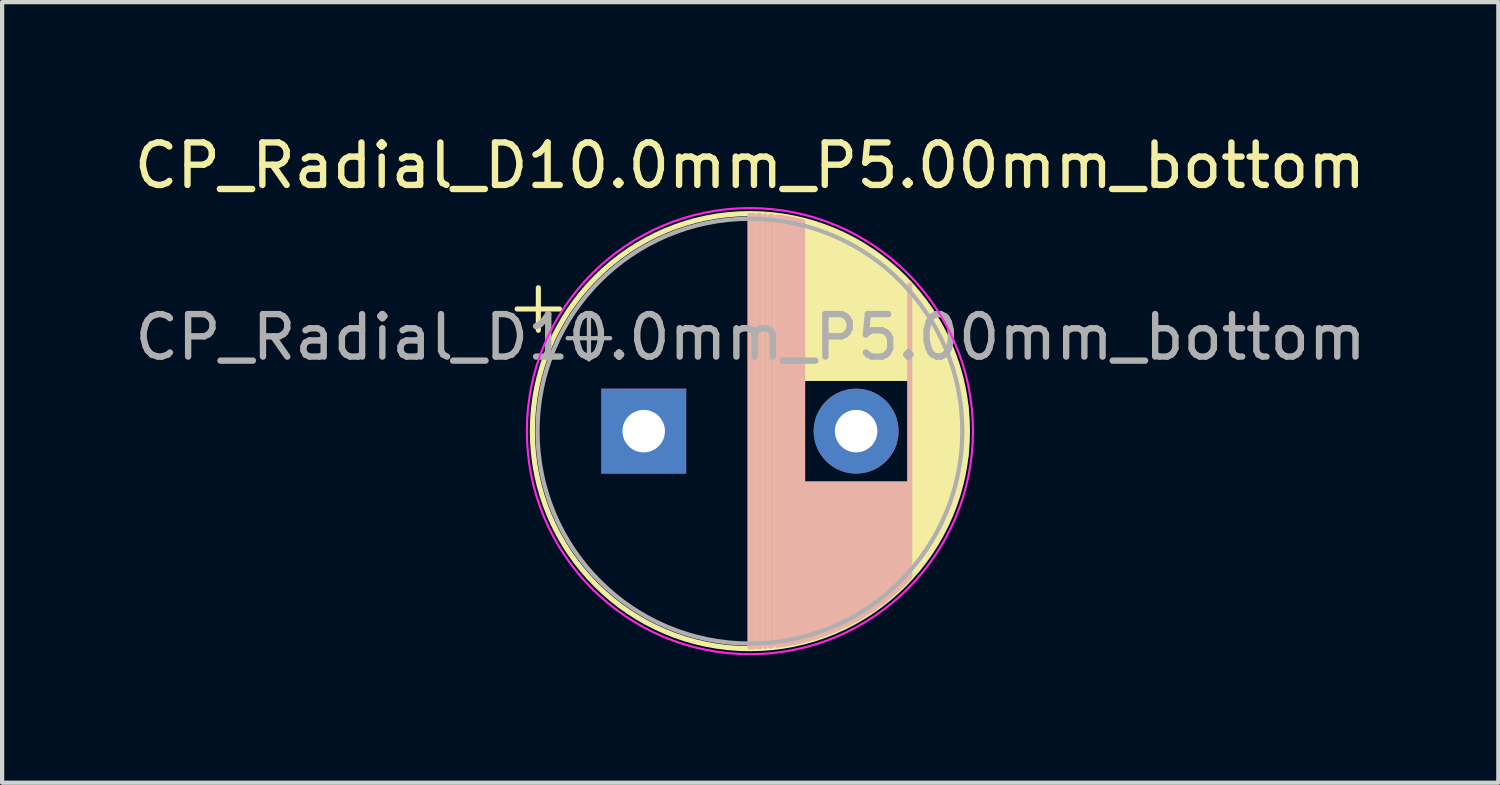
<source format=kicad_pcb>
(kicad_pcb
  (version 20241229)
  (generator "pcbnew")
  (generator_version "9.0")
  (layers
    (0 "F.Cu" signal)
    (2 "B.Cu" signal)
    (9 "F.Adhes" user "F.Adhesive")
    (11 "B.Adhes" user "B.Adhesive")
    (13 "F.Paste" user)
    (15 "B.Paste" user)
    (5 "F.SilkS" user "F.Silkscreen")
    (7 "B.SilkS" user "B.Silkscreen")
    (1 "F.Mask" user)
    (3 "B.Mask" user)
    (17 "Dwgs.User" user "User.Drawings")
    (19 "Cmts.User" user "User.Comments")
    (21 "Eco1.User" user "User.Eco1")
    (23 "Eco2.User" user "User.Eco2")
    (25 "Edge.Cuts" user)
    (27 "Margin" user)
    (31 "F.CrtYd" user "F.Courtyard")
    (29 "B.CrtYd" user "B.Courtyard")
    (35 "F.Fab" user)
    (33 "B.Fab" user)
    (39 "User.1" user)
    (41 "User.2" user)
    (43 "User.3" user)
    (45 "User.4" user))
  (footprint "CP_Radial_D10.0mm_P5.00mm_bottom"
    (layer "F.Cu")
    (at 12.101 7.098)
    (property "Reference" "CP_Radial_D10.0mm_P5.00mm_bottom" (at 2.5 -6.25 0) (layer "F.SilkS") (effects (font (size 1 1) (thickness 0.15))))
    (attr through_hole)
    (fp_line (start -2.98 -2.875) (end -1.98 -2.875) (stroke (width 0.12) (type solid)) (layer "F.SilkS"))
    (fp_line (start -2.48 -3.375) (end -2.48 -2.375) (stroke (width 0.12) (type solid)) (layer "F.SilkS"))
    (fp_line (start 2.54 -5.08) (end 2.54 5.08) (stroke (width 0.12) (type solid)) (layer "F.SilkS"))
    (fp_line (start 2.62 -5.079) (end 2.62 5.079) (stroke (width 0.12) (type solid)) (layer "F.SilkS"))
    (fp_line (start 2.66 -5.078) (end 2.66 5.078) (stroke (width 0.12) (type solid)) (layer "F.SilkS"))
    (fp_line (start 2.78 -5.073) (end 2.78 5.073) (stroke (width 0.12) (type solid)) (layer "F.SilkS"))
    (fp_line (start 2.82 -5.07) (end 2.82 5.07) (stroke (width 0.12) (type solid)) (layer "F.SilkS"))
    (fp_line (start 2.9 -5.065) (end 2.9 5.065) (stroke (width 0.12) (type solid)) (layer "F.SilkS"))
    (fp_line (start 2.94 -5.062) (end 2.94 5.062) (stroke (width 0.12) (type solid)) (layer "F.SilkS"))
    (fp_line (start 3.06 -5.05) (end 3.06 5.05) (stroke (width 0.12) (type solid)) (layer "F.SilkS"))
    (fp_line (start 3.1 -5.045) (end 3.1 5.045) (stroke (width 0.12) (type solid)) (layer "F.SilkS"))
    (fp_line (start 3.781 -4.918) (end 3.781 -1.241) (stroke (width 0.12) (type solid)) (layer "F.SilkS"))
    (fp_line (start 3.821 -4.907) (end 3.821 -1.241) (stroke (width 0.12) (type solid)) (layer "F.SilkS"))
    (fp_line (start 3.861 -4.897) (end 3.861 -1.241) (stroke (width 0.12) (type solid)) (layer "F.SilkS"))
    (fp_line (start 3.901 -4.885) (end 3.901 -1.241) (stroke (width 0.12) (type solid)) (layer "F.SilkS"))
    (fp_line (start 3.941 -4.874) (end 3.941 -1.241) (stroke (width 0.12) (type solid)) (layer "F.SilkS"))
    (fp_line (start 3.981 -4.862) (end 3.981 -1.241) (stroke (width 0.12) (type solid)) (layer "F.SilkS"))
    (fp_line (start 4.021 -4.85) (end 4.021 -1.241) (stroke (width 0.12) (type solid)) (layer "F.SilkS"))
    (fp_line (start 4.061 -4.837) (end 4.061 -1.241) (stroke (width 0.12) (type solid)) (layer "F.SilkS"))
    (fp_line (start 4.101 -4.824) (end 4.101 -1.241) (stroke (width 0.12) (type solid)) (layer "F.SilkS"))
    (fp_line (start 4.141 -4.811) (end 4.141 -1.241) (stroke (width 0.12) (type solid)) (layer "F.SilkS"))
    (fp_line (start 4.181 -4.797) (end 4.181 -1.241) (stroke (width 0.12) (type solid)) (layer "F.SilkS"))
    (fp_line (start 4.221 -4.783) (end 4.221 -1.241) (stroke (width 0.12) (type solid)) (layer "F.SilkS"))
    (fp_line (start 4.261 -4.768) (end 4.261 -1.241) (stroke (width 0.12) (type solid)) (layer "F.SilkS"))
    (fp_line (start 4.301 -4.754) (end 4.301 -1.241) (stroke (width 0.12) (type solid)) (layer "F.SilkS"))
    (fp_line (start 4.341 -4.738) (end 4.341 -1.241) (stroke (width 0.12) (type solid)) (layer "F.SilkS"))
    (fp_line (start 4.381 -4.723) (end 4.381 -1.241) (stroke (width 0.12) (type solid)) (layer "F.SilkS"))
    (fp_line (start 4.421 -4.707) (end 4.421 -1.241) (stroke (width 0.12) (type solid)) (layer "F.SilkS"))
    (fp_line (start 4.461 -4.69) (end 4.461 -1.241) (stroke (width 0.12) (type solid)) (layer "F.SilkS"))
    (fp_line (start 4.501 -4.674) (end 4.501 -1.241) (stroke (width 0.12) (type solid)) (layer "F.SilkS"))
    (fp_line (start 4.541 -4.657) (end 4.541 -1.241) (stroke (width 0.12) (type solid)) (layer "F.SilkS"))
    (fp_line (start 4.581 -4.639) (end 4.581 -1.241) (stroke (width 0.12) (type solid)) (layer "F.SilkS"))
    (fp_line (start 4.621 -4.621) (end 4.621 -1.241) (stroke (width 0.12) (type solid)) (layer "F.SilkS"))
    (fp_line (start 4.661 -4.603) (end 4.661 -1.241) (stroke (width 0.12) (type solid)) (layer "F.SilkS"))
    (fp_line (start 4.701 -4.584) (end 4.701 -1.241) (stroke (width 0.12) (type solid)) (layer "F.SilkS"))
    (fp_line (start 4.741 -4.564) (end 4.741 -1.241) (stroke (width 0.12) (type solid)) (layer "F.SilkS"))
    (fp_line (start 4.781 -4.545) (end 4.781 -1.241) (stroke (width 0.12) (type solid)) (layer "F.SilkS"))
    (fp_line (start 4.821 -4.525) (end 4.821 -1.241) (stroke (width 0.12) (type solid)) (layer "F.SilkS"))
    (fp_line (start 4.861 -4.504) (end 4.861 -1.241) (stroke (width 0.12) (type solid)) (layer "F.SilkS"))
    (fp_line (start 4.901 -4.483) (end 4.901 -1.241) (stroke (width 0.12) (type solid)) (layer "F.SilkS"))
    (fp_line (start 4.941 -4.462) (end 4.941 -1.241) (stroke (width 0.12) (type solid)) (layer "F.SilkS"))
    (fp_line (start 4.981 -4.44) (end 4.981 -1.241) (stroke (width 0.12) (type solid)) (layer "F.SilkS"))
    (fp_line (start 5.021 -4.417) (end 5.021 -1.241) (stroke (width 0.12) (type solid)) (layer "F.SilkS"))
    (fp_line (start 5.061 -4.395) (end 5.061 -1.241) (stroke (width 0.12) (type solid)) (layer "F.SilkS"))
    (fp_line (start 5.101 -4.371) (end 5.101 -1.241) (stroke (width 0.12) (type solid)) (layer "F.SilkS"))
    (fp_line (start 5.141 -4.347) (end 5.141 -1.241) (stroke (width 0.12) (type solid)) (layer "F.SilkS"))
    (fp_line (start 5.181 -4.323) (end 5.181 -1.241) (stroke (width 0.12) (type solid)) (layer "F.SilkS"))
    (fp_line (start 5.221 -4.298) (end 5.221 -1.241) (stroke (width 0.12) (type solid)) (layer "F.SilkS"))
    (fp_line (start 5.261 -4.273) (end 5.261 -1.241) (stroke (width 0.12) (type solid)) (layer "F.SilkS"))
    (fp_line (start 5.301 -4.247) (end 5.301 -1.241) (stroke (width 0.12) (type solid)) (layer "F.SilkS"))
    (fp_line (start 5.341 -4.221) (end 5.341 -1.241) (stroke (width 0.12) (type solid)) (layer "F.SilkS"))
    (fp_line (start 5.381 -4.194) (end 5.381 -1.241) (stroke (width 0.12) (type solid)) (layer "F.SilkS"))
    (fp_line (start 5.421 -4.166) (end 5.421 -1.241) (stroke (width 0.12) (type solid)) (layer "F.SilkS"))
    (fp_line (start 5.461 -4.138) (end 5.461 -1.241) (stroke (width 0.12) (type solid)) (layer "F.SilkS"))
    (fp_line (start 5.501 -4.11) (end 5.501 -1.241) (stroke (width 0.12) (type solid)) (layer "F.SilkS"))
    (fp_line (start 5.541 -4.08) (end 5.541 -1.241) (stroke (width 0.12) (type solid)) (layer "F.SilkS"))
    (fp_line (start 5.581 -4.05) (end 5.581 -1.241) (stroke (width 0.12) (type solid)) (layer "F.SilkS"))
    (fp_line (start 5.621 -4.02) (end 5.621 -1.241) (stroke (width 0.12) (type solid)) (layer "F.SilkS"))
    (fp_line (start 5.661 -3.989) (end 5.661 -1.241) (stroke (width 0.12) (type solid)) (layer "F.SilkS"))
    (fp_line (start 5.701 -3.957) (end 5.701 -1.241) (stroke (width 0.12) (type solid)) (layer "F.SilkS"))
    (fp_line (start 5.741 -3.925) (end 5.741 -1.241) (stroke (width 0.12) (type solid)) (layer "F.SilkS"))
    (fp_line (start 5.781 -3.892) (end 5.781 -1.241) (stroke (width 0.12) (type solid)) (layer "F.SilkS"))
    (fp_line (start 5.821 -3.858) (end 5.821 -1.241) (stroke (width 0.12) (type solid)) (layer "F.SilkS"))
    (fp_line (start 5.861 -3.824) (end 5.861 -1.241) (stroke (width 0.12) (type solid)) (layer "F.SilkS"))
    (fp_line (start 5.901 -3.789) (end 5.901 -1.241) (stroke (width 0.12) (type solid)) (layer "F.SilkS"))
    (fp_line (start 5.941 -3.753) (end 5.941 -1.241) (stroke (width 0.12) (type solid)) (layer "F.SilkS"))
    (fp_line (start 5.981 -3.716) (end 5.981 -1.241) (stroke (width 0.12) (type solid)) (layer "F.SilkS"))
    (fp_line (start 6.021 -3.679) (end 6.021 -1.241) (stroke (width 0.12) (type solid)) (layer "F.SilkS"))
    (fp_line (start 6.061 -3.64) (end 6.061 -1.241) (stroke (width 0.12) (type solid)) (layer "F.SilkS"))
    (fp_line (start 6.101 -3.601) (end 6.101 -1.241) (stroke (width 0.12) (type solid)) (layer "F.SilkS"))
    (fp_line (start 6.141 -3.561) (end 6.141 -1.241) (stroke (width 0.12) (type solid)) (layer "F.SilkS"))
    (fp_line (start 6.181 -3.52) (end 6.181 -1.241) (stroke (width 0.12) (type solid)) (layer "F.SilkS"))
    (fp_line (start 6.221 -3.478) (end 6.221 -1.241) (stroke (width 0.12) (type solid)) (layer "F.SilkS"))
    (fp_line (start 6.301 -3.392) (end 6.301 3.392) (stroke (width 0.12) (type solid)) (layer "F.SilkS"))
    (fp_line (start 6.341 -3.347) (end 6.341 3.347) (stroke (width 0.12) (type solid)) (layer "F.SilkS"))
    (fp_line (start 6.381 -3.301) (end 6.381 3.301) (stroke (width 0.12) (type solid)) (layer "F.SilkS"))
    (fp_line (start 6.421 -3.254) (end 6.421 3.254) (stroke (width 0.12) (type solid)) (layer "F.SilkS"))
    (fp_line (start 6.461 -3.206) (end 6.461 3.206) (stroke (width 0.12) (type solid)) (layer "F.SilkS"))
    (fp_line (start 6.501 -3.156) (end 6.501 3.156) (stroke (width 0.12) (type solid)) (layer "F.SilkS"))
    (fp_line (start 6.541 -3.106) (end 6.541 3.106) (stroke (width 0.12) (type solid)) (layer "F.SilkS"))
    (fp_line (start 6.581 -3.054) (end 6.581 3.054) (stroke (width 0.12) (type solid)) (layer "F.SilkS"))
    (fp_line (start 6.621 -3) (end 6.621 3) (stroke (width 0.12) (type solid)) (layer "F.SilkS"))
    (fp_line (start 6.661 -2.945) (end 6.661 2.945) (stroke (width 0.12) (type solid)) (layer "F.SilkS"))
    (fp_line (start 6.701 -2.889) (end 6.701 2.889) (stroke (width 0.12) (type solid)) (layer "F.SilkS"))
    (fp_line (start 6.741 -2.83) (end 6.741 2.83) (stroke (width 0.12) (type solid)) (layer "F.SilkS"))
    (fp_line (start 6.781 -2.77) (end 6.781 2.77) (stroke (width 0.12) (type solid)) (layer "F.SilkS"))
    (fp_line (start 6.821 -2.709) (end 6.821 2.709) (stroke (width 0.12) (type solid)) (layer "F.SilkS"))
    (fp_line (start 6.861 -2.645) (end 6.861 2.645) (stroke (width 0.12) (type solid)) (layer "F.SilkS"))
    (fp_line (start 6.901 -2.579) (end 6.901 2.579) (stroke (width 0.12) (type solid)) (layer "F.SilkS"))
    (fp_line (start 6.941 -2.51) (end 6.941 2.51) (stroke (width 0.12) (type solid)) (layer "F.SilkS"))
    (fp_line (start 6.981 -2.439) (end 6.981 2.439) (stroke (width 0.12) (type solid)) (layer "F.SilkS"))
    (fp_line (start 7.021 -2.365) (end 7.021 2.365) (stroke (width 0.12) (type solid)) (layer "F.SilkS"))
    (fp_line (start 7.061 -2.289) (end 7.061 2.289) (stroke (width 0.12) (type solid)) (layer "F.SilkS"))
    (fp_line (start 7.101 -2.209) (end 7.101 2.209) (stroke (width 0.12) (type solid)) (layer "F.SilkS"))
    (fp_line (start 7.141 -2.125) (end 7.141 2.125) (stroke (width 0.12) (type solid)) (layer "F.SilkS"))
    (fp_line (start 7.181 -2.037) (end 7.181 2.037) (stroke (width 0.12) (type solid)) (layer "F.SilkS"))
    (fp_line (start 7.221 -1.944) (end 7.221 1.944) (stroke (width 0.12) (type solid)) (layer "F.SilkS"))
    (fp_line (start 7.261 -1.846) (end 7.261 1.846) (stroke (width 0.12) (type solid)) (layer "F.SilkS"))
    (fp_line (start 7.301 -1.742) (end 7.301 1.742) (stroke (width 0.12) (type solid)) (layer "F.SilkS"))
    (fp_line (start 7.341 -1.63) (end 7.341 1.63) (stroke (width 0.12) (type solid)) (layer "F.SilkS"))
    (fp_line (start 7.381 -1.51) (end 7.381 1.51) (stroke (width 0.12) (type solid)) (layer "F.SilkS"))
    (fp_line (start 7.421 -1.378) (end 7.421 1.378) (stroke (width 0.12) (type solid)) (layer "F.SilkS"))
    (fp_line (start 7.461 -1.23) (end 7.461 1.23) (stroke (width 0.12) (type solid)) (layer "F.SilkS"))
    (fp_line (start 7.501 -1.062) (end 7.501 1.062) (stroke (width 0.12) (type solid)) (layer "F.SilkS"))
    (fp_line (start 7.541 -0.862) (end 7.541 0.862) (stroke (width 0.12) (type solid)) (layer "F.SilkS"))
    (fp_line (start 7.581 -0.599) (end 7.581 0.599) (stroke (width 0.12) (type solid)) (layer "F.SilkS"))
    (fp_circle (center 2.5 0) (end 7.62 0) (stroke (width 0.12) (type solid)) (fill no) (layer "F.SilkS"))
    (fp_line (start 2.5 -5.08) (end 2.5 5.08) (stroke (width 0.12) (type solid)) (layer "B.SilkS"))
    (fp_line (start 2.58 -5.08) (end 2.58 5.08) (stroke (width 0.12) (type solid)) (layer "B.SilkS"))
    (fp_line (start 2.7 -5.077) (end 2.7 5.077) (stroke (width 0.12) (type solid)) (layer "B.SilkS"))
    (fp_line (start 2.74 -5.075) (end 2.74 5.075) (stroke (width 0.12) (type solid)) (layer "B.SilkS"))
    (fp_line (start 2.86 -5.068) (end 2.86 5.068) (stroke (width 0.12) (type solid)) (layer "B.SilkS"))
    (fp_line (start 2.98 -5.058) (end 2.98 5.058) (stroke (width 0.12) (type solid)) (layer "B.SilkS"))
    (fp_line (start 3.02 -5.054) (end 3.02 5.054) (stroke (width 0.12) (type solid)) (layer "B.SilkS"))
    (fp_line (start 3.14 -5.04) (end 3.14 5.04) (stroke (width 0.12) (type solid)) (layer "B.SilkS"))
    (fp_line (start 3.18 -5.035) (end 3.18 5.035) (stroke (width 0.12) (type solid)) (layer "B.SilkS"))
    (fp_line (start 3.221 -5.03) (end 3.221 5.03) (stroke (width 0.12) (type solid)) (layer "B.SilkS"))
    (fp_line (start 3.261 -5.024) (end 3.261 5.024) (stroke (width 0.12) (type solid)) (layer "B.SilkS"))
    (fp_line (start 3.301 -5.018) (end 3.301 5.018) (stroke (width 0.12) (type solid)) (layer "B.SilkS"))
    (fp_line (start 3.341 -5.011) (end 3.341 5.011) (stroke (width 0.12) (type solid)) (layer "B.SilkS"))
    (fp_line (start 3.381 -5.004) (end 3.381 5.004) (stroke (width 0.12) (type solid)) (layer "B.SilkS"))
    (fp_line (start 3.421 -4.997) (end 3.421 4.997) (stroke (width 0.12) (type solid)) (layer "B.SilkS"))
    (fp_line (start 3.461 -4.99) (end 3.461 4.99) (stroke (width 0.12) (type solid)) (layer "B.SilkS"))
    (fp_line (start 3.501 -4.982) (end 3.501 4.982) (stroke (width 0.12) (type solid)) (layer "B.SilkS"))
    (fp_line (start 3.541 -4.974) (end 3.541 4.974) (stroke (width 0.12) (type solid)) (layer "B.SilkS"))
    (fp_line (start 3.581 -4.965) (end 3.581 4.965) (stroke (width 0.12) (type solid)) (layer "B.SilkS"))
    (fp_line (start 3.621 -4.956) (end 3.621 4.956) (stroke (width 0.12) (type solid)) (layer "B.SilkS"))
    (fp_line (start 3.661 -4.947) (end 3.661 4.947) (stroke (width 0.12) (type solid)) (layer "B.SilkS"))
    (fp_line (start 3.701 -4.938) (end 3.701 4.938) (stroke (width 0.12) (type solid)) (layer "B.SilkS"))
    (fp_line (start 3.741 -4.928) (end 3.741 4.928) (stroke (width 0.12) (type solid)) (layer "B.SilkS"))
    (fp_line (start 3.781 1.241) (end 3.781 4.918) (stroke (width 0.12) (type solid)) (layer "B.SilkS"))
    (fp_line (start 3.821 1.241) (end 3.821 4.907) (stroke (width 0.12) (type solid)) (layer "B.SilkS"))
    (fp_line (start 3.861 1.241) (end 3.861 4.897) (stroke (width 0.12) (type solid)) (layer "B.SilkS"))
    (fp_line (start 3.901 1.241) (end 3.901 4.885) (stroke (width 0.12) (type solid)) (layer "B.SilkS"))
    (fp_line (start 3.941 1.241) (end 3.941 4.874) (stroke (width 0.12) (type solid)) (layer "B.SilkS"))
    (fp_line (start 3.981 1.241) (end 3.981 4.862) (stroke (width 0.12) (type solid)) (layer "B.SilkS"))
    (fp_line (start 4.021 1.241) (end 4.021 4.85) (stroke (width 0.12) (type solid)) (layer "B.SilkS"))
    (fp_line (start 4.061 1.241) (end 4.061 4.837) (stroke (width 0.12) (type solid)) (layer "B.SilkS"))
    (fp_line (start 4.101 1.241) (end 4.101 4.824) (stroke (width 0.12) (type solid)) (layer "B.SilkS"))
    (fp_line (start 4.141 1.241) (end 4.141 4.811) (stroke (width 0.12) (type solid)) (layer "B.SilkS"))
    (fp_line (start 4.181 1.241) (end 4.181 4.797) (stroke (width 0.12) (type solid)) (layer "B.SilkS"))
    (fp_line (start 4.221 1.241) (end 4.221 4.783) (stroke (width 0.12) (type solid)) (layer "B.SilkS"))
    (fp_line (start 4.261 1.241) (end 4.261 4.768) (stroke (width 0.12) (type solid)) (layer "B.SilkS"))
    (fp_line (start 4.301 1.241) (end 4.301 4.754) (stroke (width 0.12) (type solid)) (layer "B.SilkS"))
    (fp_line (start 4.341 1.241) (end 4.341 4.738) (stroke (width 0.12) (type solid)) (layer "B.SilkS"))
    (fp_line (start 4.381 1.241) (end 4.381 4.723) (stroke (width 0.12) (type solid)) (layer "B.SilkS"))
    (fp_line (start 4.421 1.241) (end 4.421 4.707) (stroke (width 0.12) (type solid)) (layer "B.SilkS"))
    (fp_line (start 4.461 1.241) (end 4.461 4.69) (stroke (width 0.12) (type solid)) (layer "B.SilkS"))
    (fp_line (start 4.501 1.241) (end 4.501 4.674) (stroke (width 0.12) (type solid)) (layer "B.SilkS"))
    (fp_line (start 4.541 1.241) (end 4.541 4.657) (stroke (width 0.12) (type solid)) (layer "B.SilkS"))
    (fp_line (start 4.581 1.241) (end 4.581 4.639) (stroke (width 0.12) (type solid)) (layer "B.SilkS"))
    (fp_line (start 4.621 1.241) (end 4.621 4.621) (stroke (width 0.12) (type solid)) (layer "B.SilkS"))
    (fp_line (start 4.661 1.241) (end 4.661 4.603) (stroke (width 0.12) (type solid)) (layer "B.SilkS"))
    (fp_line (start 4.701 1.241) (end 4.701 4.584) (stroke (width 0.12) (type solid)) (layer "B.SilkS"))
    (fp_line (start 4.741 1.241) (end 4.741 4.564) (stroke (width 0.12) (type solid)) (layer "B.SilkS"))
    (fp_line (start 4.781 1.241) (end 4.781 4.545) (stroke (width 0.12) (type solid)) (layer "B.SilkS"))
    (fp_line (start 4.821 1.241) (end 4.821 4.525) (stroke (width 0.12) (type solid)) (layer "B.SilkS"))
    (fp_line (start 4.861 1.241) (end 4.861 4.504) (stroke (width 0.12) (type solid)) (layer "B.SilkS"))
    (fp_line (start 4.901 1.241) (end 4.901 4.483) (stroke (width 0.12) (type solid)) (layer "B.SilkS"))
    (fp_line (start 4.941 1.241) (end 4.941 4.462) (stroke (width 0.12) (type solid)) (layer "B.SilkS"))
    (fp_line (start 4.981 1.241) (end 4.981 4.44) (stroke (width 0.12) (type solid)) (layer "B.SilkS"))
    (fp_line (start 5.021 1.241) (end 5.021 4.417) (stroke (width 0.12) (type solid)) (layer "B.SilkS"))
    (fp_line (start 5.061 1.241) (end 5.061 4.395) (stroke (width 0.12) (type solid)) (layer "B.SilkS"))
    (fp_line (start 5.101 1.241) (end 5.101 4.371) (stroke (width 0.12) (type solid)) (layer "B.SilkS"))
    (fp_line (start 5.141 1.241) (end 5.141 4.347) (stroke (width 0.12) (type solid)) (layer "B.SilkS"))
    (fp_line (start 5.181 1.241) (end 5.181 4.323) (stroke (width 0.12) (type solid)) (layer "B.SilkS"))
    (fp_line (start 5.221 1.241) (end 5.221 4.298) (stroke (width 0.12) (type solid)) (layer "B.SilkS"))
    (fp_line (start 5.261 1.241) (end 5.261 4.273) (stroke (width 0.12) (type solid)) (layer "B.SilkS"))
    (fp_line (start 5.301 1.241) (end 5.301 4.247) (stroke (width 0.12) (type solid)) (layer "B.SilkS"))
    (fp_line (start 5.341 1.241) (end 5.341 4.221) (stroke (width 0.12) (type solid)) (layer "B.SilkS"))
    (fp_line (start 5.381 1.241) (end 5.381 4.194) (stroke (width 0.12) (type solid)) (layer "B.SilkS"))
    (fp_line (start 5.421 1.241) (end 5.421 4.166) (stroke (width 0.12) (type solid)) (layer "B.SilkS"))
    (fp_line (start 5.461 1.241) (end 5.461 4.138) (stroke (width 0.12) (type solid)) (layer "B.SilkS"))
    (fp_line (start 5.501 1.241) (end 5.501 4.11) (stroke (width 0.12) (type solid)) (layer "B.SilkS"))
    (fp_line (start 5.541 1.241) (end 5.541 4.08) (stroke (width 0.12) (type solid)) (layer "B.SilkS"))
    (fp_line (start 5.581 1.241) (end 5.581 4.05) (stroke (width 0.12) (type solid)) (layer "B.SilkS"))
    (fp_line (start 5.621 1.241) (end 5.621 4.02) (stroke (width 0.12) (type solid)) (layer "B.SilkS"))
    (fp_line (start 5.661 1.241) (end 5.661 3.989) (stroke (width 0.12) (type solid)) (layer "B.SilkS"))
    (fp_line (start 5.701 1.241) (end 5.701 3.957) (stroke (width 0.12) (type solid)) (layer "B.SilkS"))
    (fp_line (start 5.741 1.241) (end 5.741 3.925) (stroke (width 0.12) (type solid)) (layer "B.SilkS"))
    (fp_line (start 5.781 1.241) (end 5.781 3.892) (stroke (width 0.12) (type solid)) (layer "B.SilkS"))
    (fp_line (start 5.821 1.241) (end 5.821 3.858) (stroke (width 0.12) (type solid)) (layer "B.SilkS"))
    (fp_line (start 5.861 1.241) (end 5.861 3.824) (stroke (width 0.12) (type solid)) (layer "B.SilkS"))
    (fp_line (start 5.901 1.241) (end 5.901 3.789) (stroke (width 0.12) (type solid)) (layer "B.SilkS"))
    (fp_line (start 5.941 1.241) (end 5.941 3.753) (stroke (width 0.12) (type solid)) (layer "B.SilkS"))
    (fp_line (start 5.981 1.241) (end 5.981 3.716) (stroke (width 0.12) (type solid)) (layer "B.SilkS"))
    (fp_line (start 6.021 1.241) (end 6.021 3.679) (stroke (width 0.12) (type solid)) (layer "B.SilkS"))
    (fp_line (start 6.061 1.241) (end 6.061 3.64) (stroke (width 0.12) (type solid)) (layer "B.SilkS"))
    (fp_line (start 6.101 1.241) (end 6.101 3.601) (stroke (width 0.12) (type solid)) (layer "B.SilkS"))
    (fp_line (start 6.141 1.241) (end 6.141 3.561) (stroke (width 0.12) (type solid)) (layer "B.SilkS"))
    (fp_line (start 6.181 1.241) (end 6.181 3.52) (stroke (width 0.12) (type solid)) (layer "B.SilkS"))
    (fp_line (start 6.221 1.241) (end 6.221 3.478) (stroke (width 0.12) (type solid)) (layer "B.SilkS"))
    (fp_line (start 6.261 -3.436) (end 6.261 3.436) (stroke (width 0.12) (type solid)) (layer "B.SilkS"))
    (fp_circle (center 2.5 0) (end 7.75 0) (stroke (width 0.05) (type solid)) (fill no) (layer "F.CrtYd"))
    (fp_line (start -1.789 -2.188) (end -0.789 -2.188) (stroke (width 0.1) (type solid)) (layer "F.Fab"))
    (fp_line (start -1.289 -2.688) (end -1.289 -1.688) (stroke (width 0.1) (type solid)) (layer "F.Fab"))
    (fp_circle (center 2.5 0) (end 7.5 0) (stroke (width 0.1) (type solid)) (fill no) (layer "F.Fab"))
    (fp_text user "${REFERENCE}" (at 2.515 -2.21 0) (layer "F.Fab") (effects (font (size 1 1) (thickness 0.15))))
    (pad "1" thru_hole rect (at 0 0) (size 2 2) (drill 1) (layers "*.Cu" "*.Mask"))
    (pad "2" thru_hole circle (at 5 0) (size 2 2) (drill 1) (layers "*.Cu" "*.Mask")))
  (gr_rect
    (start -3 -3)
    (end 32.217 15.373)
    (stroke (width 0.1) (type default))
    (fill no)
    (layer "Edge.Cuts")))
</source>
